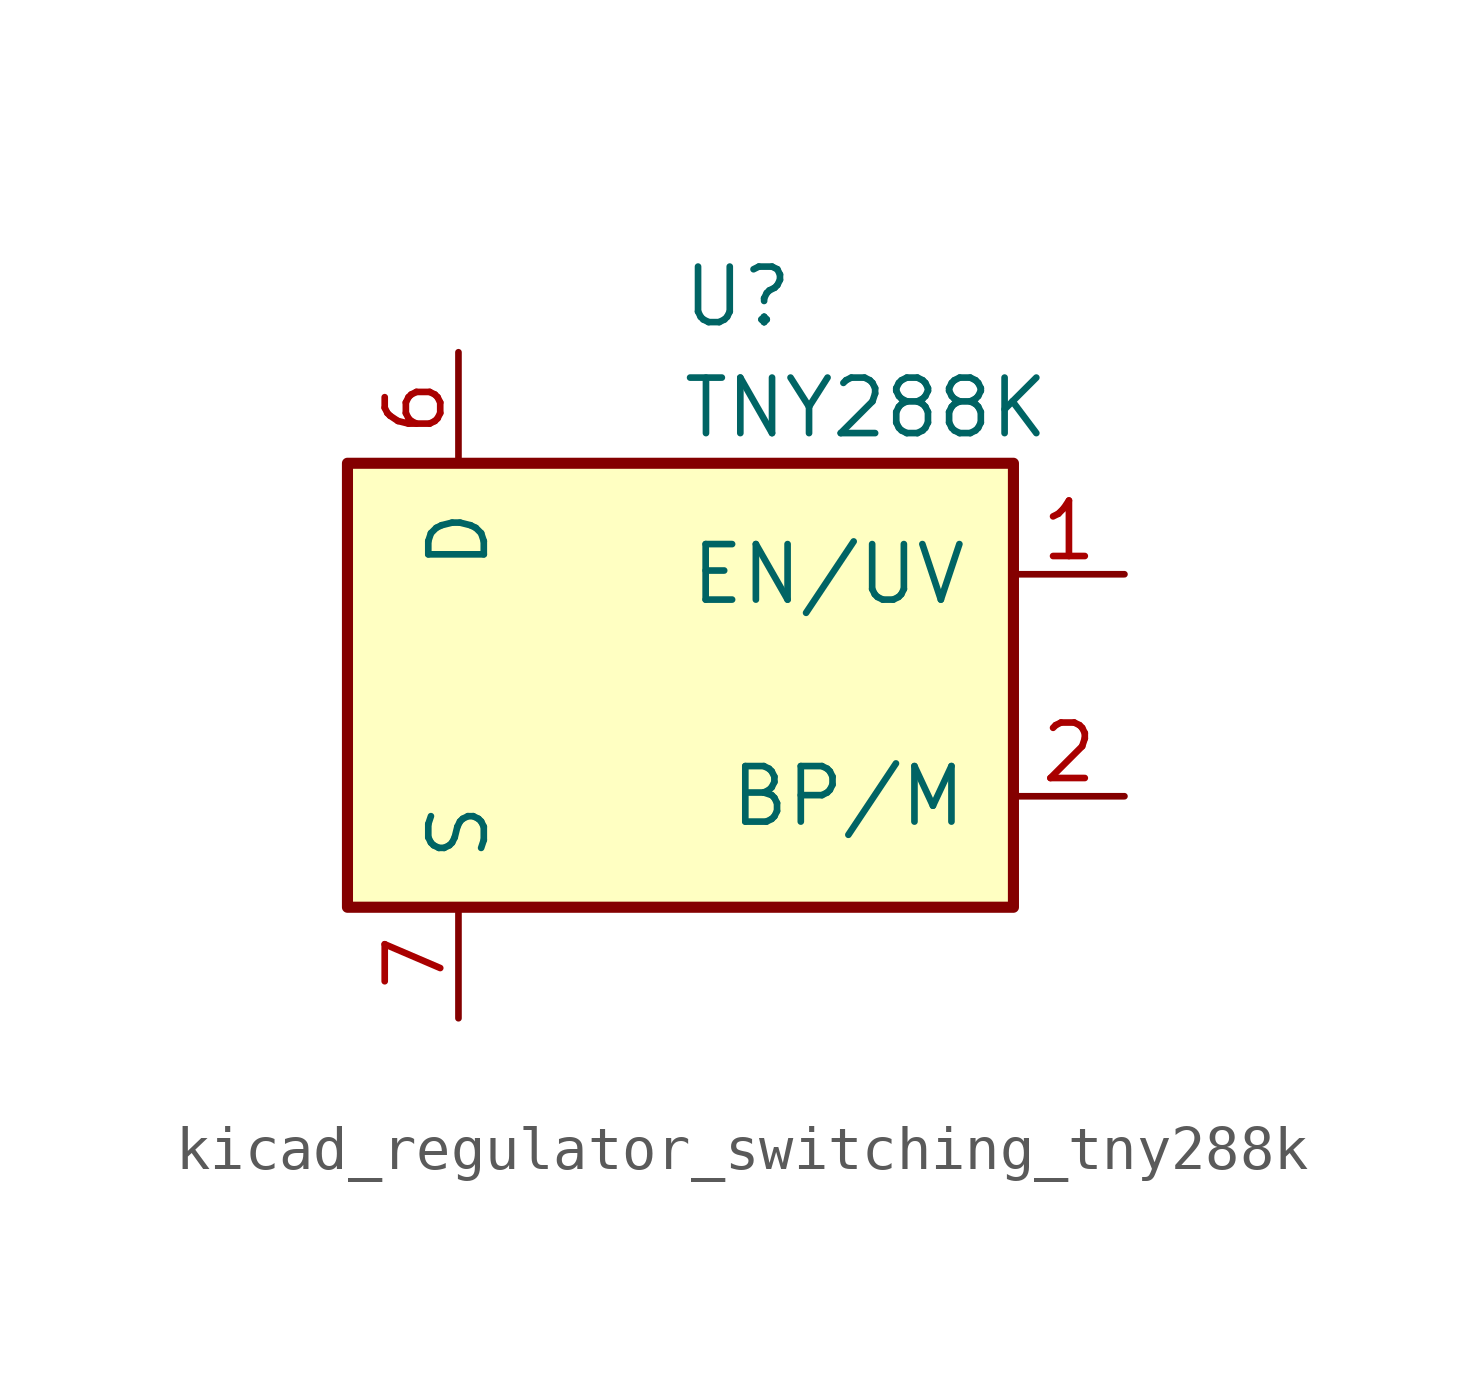
<source format=kicad_sym>
(kicad_symbol_lib
  (version 20220914)
  (generator kicad_symbol_editor)
  (symbol "kicad_regulator_switching_tny288k"
    (pin_names
      (offset 1.016))
    (property "Reference" "U"
      (at 0 8.89 0)
      (effects (font (size 1.27 1.27)) (justify left)))
    (property "Value" "TNY288K"
      (at 0 6.35 0)
      (effects (font (size 1.27 1.27)) (justify left)))
    (symbol "kicad_regulator_switching_tny288k_0_1"
      (rectangle (start -7.62 5.08) (end 7.62 -5.08) (stroke (width 0.254) (type default)) (fill (type background))))
    (symbol "kicad_regulator_switching_tny288k_1_1"
      (pin input line (at 10.16 2.54 180) (length 2.54) (name "EN/UV" (effects (font (size 1.27 1.27)))) (number "1" (effects (font (size 1.27 1.27)))))
      (pin passive line (at -5.08 -7.62 90) (length 2.54) hide (name "S" (effects (font (size 1.27 1.27)))) (number "10" (effects (font (size 1.27 1.27)))))
      (pin passive line (at -5.08 -7.62 90) (length 2.54) hide (name "S" (effects (font (size 1.27 1.27)))) (number "11" (effects (font (size 1.27 1.27)))))
      (pin passive line (at -5.08 -7.62 90) (length 2.54) hide (name "S" (effects (font (size 1.27 1.27)))) (number "12" (effects (font (size 1.27 1.27)))))
      (pin passive line (at -5.08 -7.62 90) (length 2.54) hide (name "S" (effects (font (size 1.27 1.27)))) (number "13" (effects (font (size 1.27 1.27)))))
      (pin input line (at 10.16 -2.54 180) (length 2.54) (name "BP/M" (effects (font (size 1.27 1.27)))) (number "2" (effects (font (size 1.27 1.27)))))
      (pin no_connect line (at -2.54 5.08 270) (length 2.54) hide (name "NC" (effects (font (size 1.27 1.27)))) (number "3" (effects (font (size 1.27 1.27)))))
      (pin no_connect line (at 0 5.08 270) (length 2.54) hide (name "NC" (effects (font (size 1.27 1.27)))) (number "4" (effects (font (size 1.27 1.27)))))
      (pin open_collector line (at -5.08 7.62 270) (length 2.54) (name "D" (effects (font (size 1.27 1.27)))) (number "6" (effects (font (size 1.27 1.27)))))
      (pin power_in line (at -5.08 -7.62 90) (length 2.54) (name "S" (effects (font (size 1.27 1.27)))) (number "7" (effects (font (size 1.27 1.27)))))
      (pin passive line (at -5.08 -7.62 90) (length 2.54) hide (name "S" (effects (font (size 1.27 1.27)))) (number "8" (effects (font (size 1.27 1.27)))))
      (pin passive line (at -5.08 -7.62 90) (length 2.54) hide (name "S" (effects (font (size 1.27 1.27)))) (number "9" (effects (font (size 1.27 1.27))))))))
</source>
